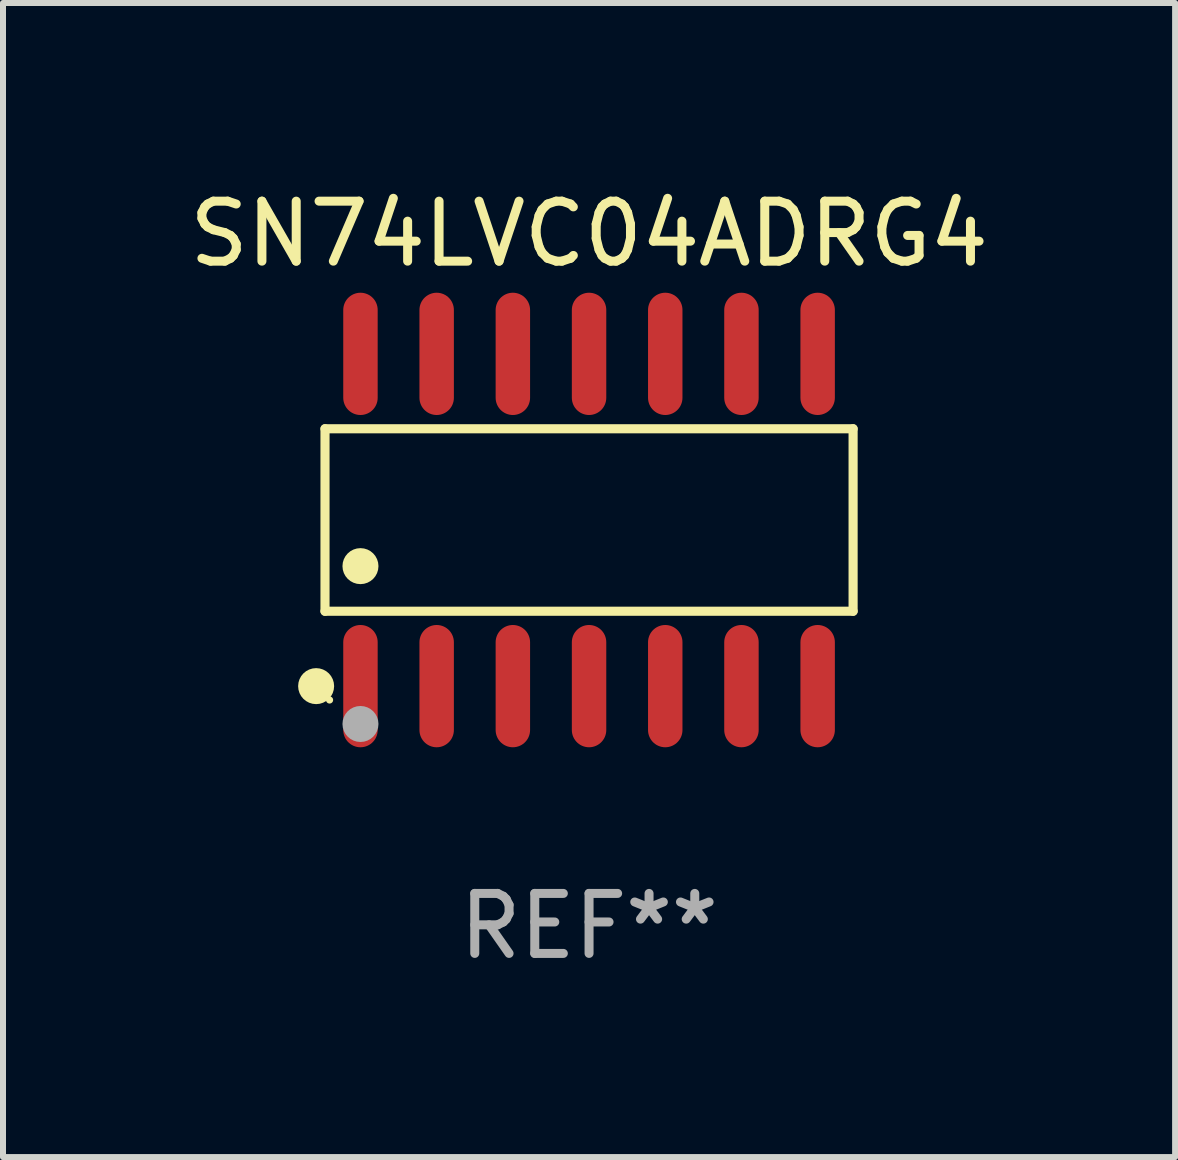
<source format=kicad_pcb>
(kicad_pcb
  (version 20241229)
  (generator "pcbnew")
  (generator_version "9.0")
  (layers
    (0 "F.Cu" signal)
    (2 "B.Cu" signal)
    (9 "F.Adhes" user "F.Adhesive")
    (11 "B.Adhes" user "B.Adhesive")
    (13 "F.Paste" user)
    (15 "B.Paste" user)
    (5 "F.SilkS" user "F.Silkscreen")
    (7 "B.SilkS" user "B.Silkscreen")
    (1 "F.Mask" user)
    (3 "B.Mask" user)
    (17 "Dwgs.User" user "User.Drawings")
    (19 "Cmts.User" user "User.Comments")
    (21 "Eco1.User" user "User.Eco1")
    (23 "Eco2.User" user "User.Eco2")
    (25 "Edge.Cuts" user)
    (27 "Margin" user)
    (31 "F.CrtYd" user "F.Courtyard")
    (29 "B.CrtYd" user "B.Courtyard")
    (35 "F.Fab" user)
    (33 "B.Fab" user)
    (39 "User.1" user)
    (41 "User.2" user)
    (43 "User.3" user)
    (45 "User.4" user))
  (footprint "SN74LVC04ADRG4"
    (layer "F.Cu")
    (at 6.768 5.617)
    (property "Reference" "SN74LVC04ADRG4" (at 0 -4.769 0) (layer "F.SilkS") (effects (font (size 1 1) (thickness 0.15))))
    (attr through_hole)
    (fp_line (start -4.401 -1.521) (end 4.401 -1.521) (stroke (width 0.152) (type solid)) (layer "F.SilkS"))
    (fp_line (start -4.401 1.521) (end -4.401 -1.521) (stroke (width 0.152) (type solid)) (layer "F.SilkS"))
    (fp_line (start 4.401 -1.521) (end 4.401 1.521) (stroke (width 0.152) (type solid)) (layer "F.SilkS"))
    (fp_line (start 4.401 1.521) (end -4.401 1.521) (stroke (width 0.152) (type solid)) (layer "F.SilkS"))
    (fp_circle (center -4.549 2.769) (end -4.399 2.769) (stroke (width 0.3) (type solid)) (fill no) (layer "F.SilkS"))
    (fp_circle (center -4.325 3) (end -4.295 3) (stroke (width 0.06) (type solid)) (fill no) (layer "F.SilkS"))
    (fp_circle (center -3.81 0.769) (end -3.66 0.769) (stroke (width 0.3) (type solid)) (fill no) (layer "F.SilkS"))
    (fp_circle (center -3.81 3.4) (end -3.66 3.4) (stroke (width 0.3) (type solid)) (fill no) (layer "F.Fab"))
    (fp_text user "REF**" (at 0 6.769 0) (layer "F.Fab") (effects (font (size 1 1) (thickness 0.15))))
    (pad "1" smd oval (at -3.81 2.769) (size 0.574 2.038) (layers "F.Cu" "F.Mask" "F.Paste"))
    (pad "2" smd oval (at -2.54 2.769) (size 0.574 2.038) (layers "F.Cu" "F.Mask" "F.Paste"))
    (pad "3" smd oval (at -1.27 2.769) (size 0.574 2.038) (layers "F.Cu" "F.Mask" "F.Paste"))
    (pad "4" smd oval (at 0 2.769) (size 0.574 2.038) (layers "F.Cu" "F.Mask" "F.Paste"))
    (pad "5" smd oval (at 1.27 2.769) (size 0.574 2.038) (layers "F.Cu" "F.Mask" "F.Paste"))
    (pad "6" smd oval (at 2.54 2.769) (size 0.574 2.038) (layers "F.Cu" "F.Mask" "F.Paste"))
    (pad "7" smd oval (at 3.81 2.769) (size 0.574 2.038) (layers "F.Cu" "F.Mask" "F.Paste"))
    (pad "8" smd oval (at 3.81 -2.769) (size 0.574 2.038) (layers "F.Cu" "F.Mask" "F.Paste"))
    (pad "9" smd oval (at 2.54 -2.769) (size 0.574 2.038) (layers "F.Cu" "F.Mask" "F.Paste"))
    (pad "10" smd oval (at 1.27 -2.769) (size 0.574 2.038) (layers "F.Cu" "F.Mask" "F.Paste"))
    (pad "11" smd oval (at 0 -2.769) (size 0.574 2.038) (layers "F.Cu" "F.Mask" "F.Paste"))
    (pad "12" smd oval (at -1.27 -2.769) (size 0.574 2.038) (layers "F.Cu" "F.Mask" "F.Paste"))
    (pad "13" smd oval (at -2.54 -2.769) (size 0.574 2.038) (layers "F.Cu" "F.Mask" "F.Paste"))
    (pad "14" smd oval (at -3.81 -2.769) (size 0.574 2.038) (layers "F.Cu" "F.Mask" "F.Paste")))
  (gr_rect
    (start -3 -3)
    (end 16.536 16.235)
    (stroke (width 0.1) (type default))
    (fill no)
    (layer "Edge.Cuts")))
</source>
